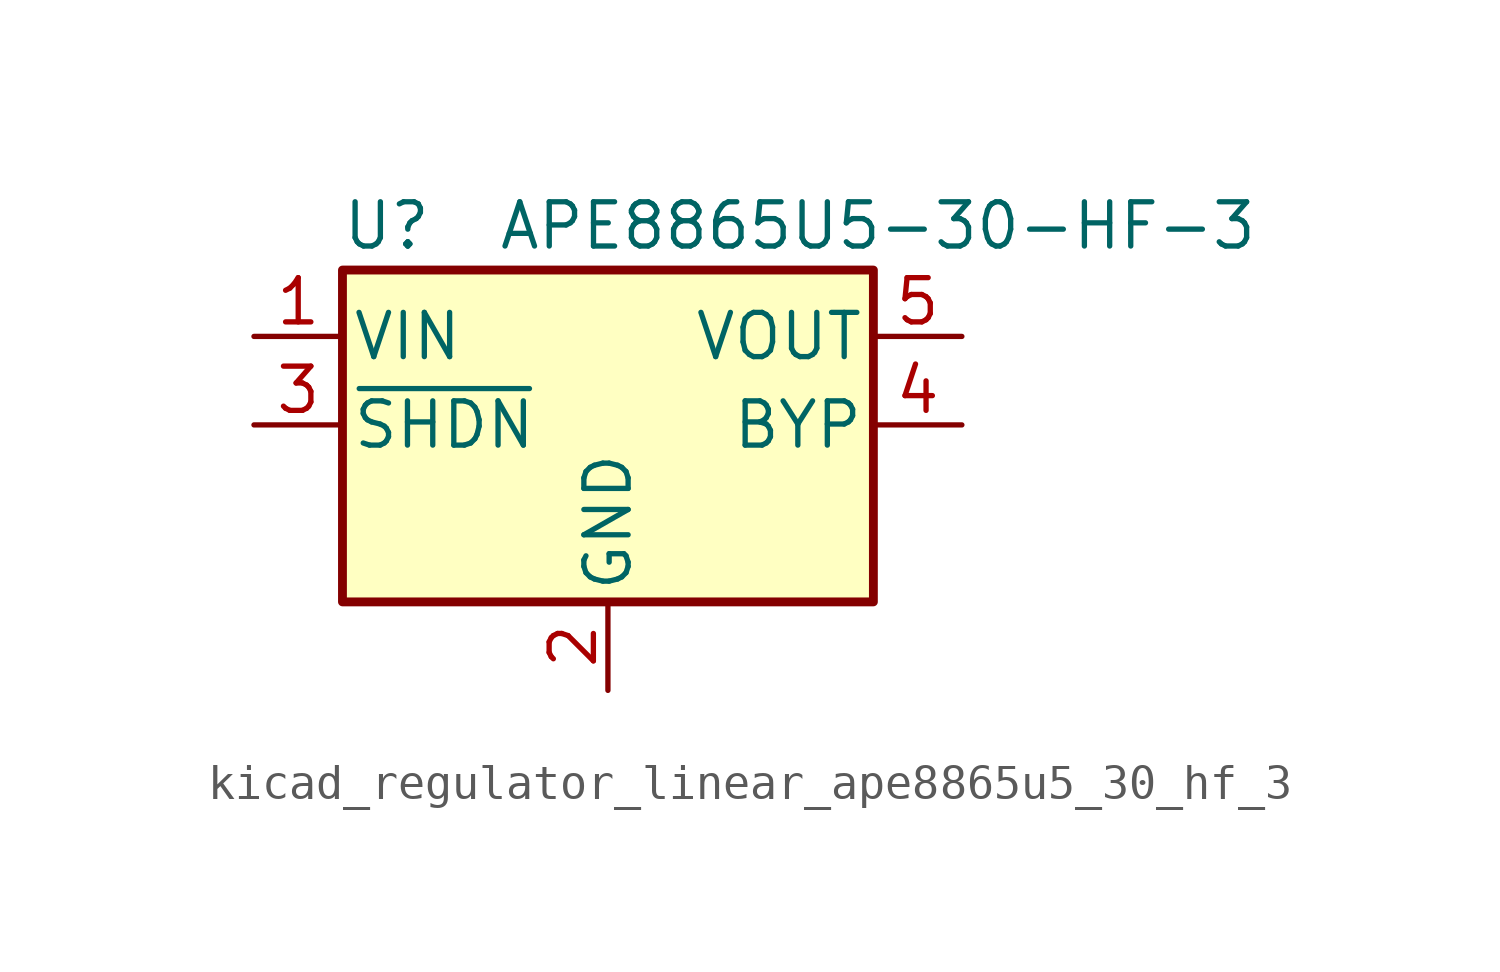
<source format=kicad_sym>
(kicad_symbol_lib
  (version 20220914)
  (generator kicad_symbol_editor)
  (symbol "kicad_regulator_linear_ape8865u5_30_hf_3"
    (pin_names
      (offset 0.254))
    (property "Reference" "U"
      (at -6.35 5.715 0)
      (effects (font (size 1.27 1.27))))
    (property "Value" "APE8865U5-30-HF-3"
      (at -3.175 5.715 0)
      (effects (font (size 1.27 1.27)) (justify left)))
    (symbol "kicad_regulator_linear_ape8865u5_30_hf_3_0_1"
      (rectangle (start -7.62 4.445) (end 7.62 -5.08) (stroke (width 0.254) (type default)) (fill (type background))))
    (symbol "kicad_regulator_linear_ape8865u5_30_hf_3_1_1"
      (pin power_in line (at -10.16 2.54 0) (length 2.54) (name "VIN" (effects (font (size 1.27 1.27)))) (number "1" (effects (font (size 1.27 1.27)))))
      (pin power_in line (at 0 -7.62 90) (length 2.54) (name "GND" (effects (font (size 1.27 1.27)))) (number "2" (effects (font (size 1.27 1.27)))))
      (pin input line (at -10.16 0 0) (length 2.54) (name "~{SHDN}" (effects (font (size 1.27 1.27)))) (number "3" (effects (font (size 1.27 1.27)))))
      (pin input line (at 10.16 0 180) (length 2.54) (name "BYP" (effects (font (size 1.27 1.27)))) (number "4" (effects (font (size 1.27 1.27)))))
      (pin power_out line (at 10.16 2.54 180) (length 2.54) (name "VOUT" (effects (font (size 1.27 1.27)))) (number "5" (effects (font (size 1.27 1.27))))))))
</source>
